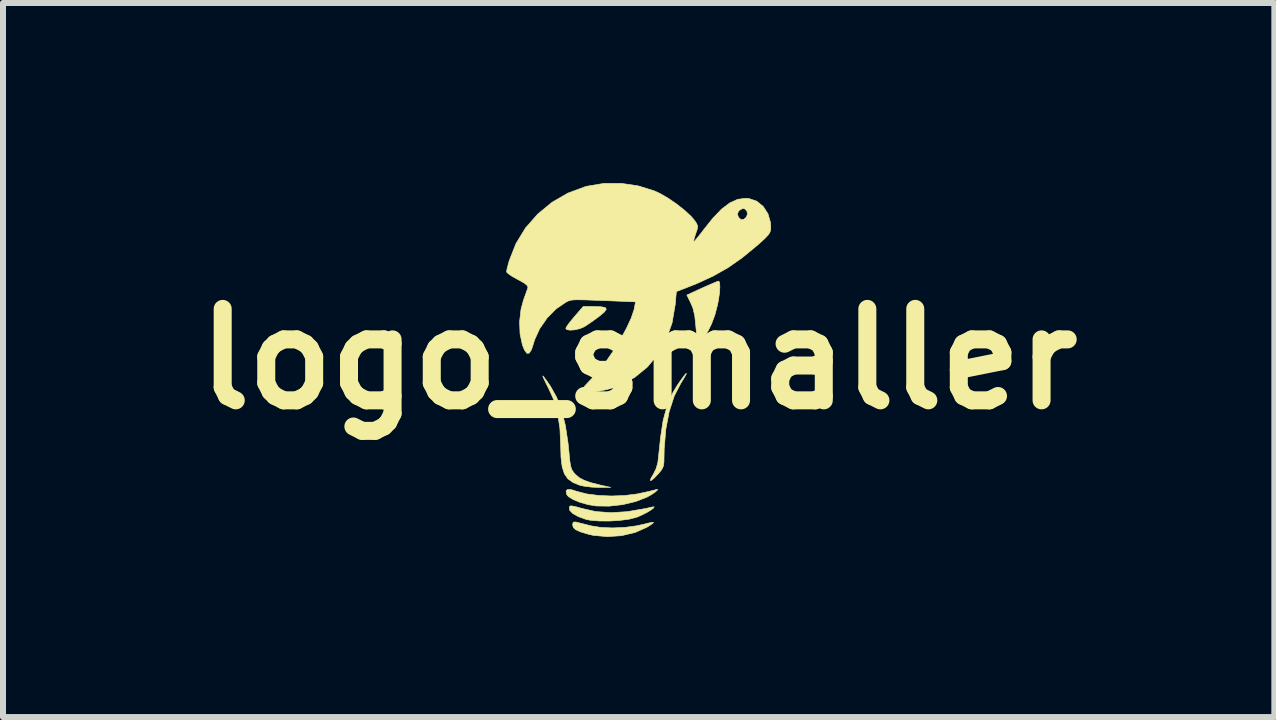
<source format=kicad_pcb>
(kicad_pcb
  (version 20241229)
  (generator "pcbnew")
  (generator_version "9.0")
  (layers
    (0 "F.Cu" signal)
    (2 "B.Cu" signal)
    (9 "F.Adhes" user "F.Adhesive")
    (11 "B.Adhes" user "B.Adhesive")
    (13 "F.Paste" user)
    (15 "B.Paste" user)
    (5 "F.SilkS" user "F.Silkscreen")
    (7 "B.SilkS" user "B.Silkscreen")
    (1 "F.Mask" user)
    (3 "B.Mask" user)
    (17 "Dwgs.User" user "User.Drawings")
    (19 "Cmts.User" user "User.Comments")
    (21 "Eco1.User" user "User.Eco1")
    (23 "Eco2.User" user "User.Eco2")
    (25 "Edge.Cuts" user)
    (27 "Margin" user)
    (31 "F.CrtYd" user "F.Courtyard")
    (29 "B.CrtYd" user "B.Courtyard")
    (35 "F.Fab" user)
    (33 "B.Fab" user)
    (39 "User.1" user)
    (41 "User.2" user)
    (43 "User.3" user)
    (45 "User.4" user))
  (footprint "logo_smaller"
    (layer "F.Cu")
    (at 7.591 2.931)
    (property "Reference" "logo_smaller" (at 0 0 0) (layer "F.SilkS") (effects (font (size 1.524 1.524) (thickness 0.3))))
    (attr through_hole)
    (fp_poly (pts (xy -0.751 -0.874) (xy -0.627 -0.87) (xy -0.557 -0.857) (xy -0.539 -0.829) (xy -0.57 -0.784) (xy -0.648 -0.718) (xy -0.655 -0.713) (xy -0.751 -0.642) (xy -0.845 -0.577) (xy -0.903 -0.539) (xy -0.978 -0.506) (xy -1.063 -0.486) (xy -1.141 -0.48) (xy -1.197 -0.489) (xy -1.214 -0.51) (xy -1.196 -0.545) (xy -1.15 -0.608) (xy -1.084 -0.689) (xy -1.068 -0.708) (xy -0.923 -0.875) (xy -0.751 -0.874)) (stroke (width 0.01) (type solid)) (fill yes) (layer "F.SilkS"))
    (fp_poly (pts (xy 1.349 -1.273) (xy 1.353 -1.203) (xy 1.347 -1.102) (xy 1.329 -0.98) (xy 1.314 -0.903) (xy 1.271 -0.737) (xy 1.215 -0.587) (xy 1.154 -0.461) (xy 1.09 -0.368) (xy 1.029 -0.317) (xy 1.001 -0.31) (xy 0.981 -0.338) (xy 0.964 -0.421) (xy 0.952 -0.551) (xy 0.935 -0.717) (xy 0.905 -0.845) (xy 0.87 -0.929) (xy 0.803 -1.065) (xy 1.057 -1.182) (xy 1.168 -1.231) (xy 1.258 -1.27) (xy 1.318 -1.294) (xy 1.333 -1.298) (xy 1.349 -1.273)) (stroke (width 0.01) (type solid)) (fill yes) (layer "F.SilkS"))
    (fp_poly (pts (xy -1.038 2.464) (xy -0.951 2.489) (xy -0.717 2.542) (xy -0.466 2.561) (xy -0.19 2.544) (xy 0.119 2.491) (xy 0.226 2.466) (xy 0.258 2.464) (xy 0.249 2.482) (xy 0.208 2.514) (xy 0.144 2.553) (xy 0.067 2.593) (xy -0.014 2.629) (xy -0.043 2.64) (xy -0.163 2.67) (xy -0.319 2.69) (xy -0.491 2.7) (xy -0.659 2.699) (xy -0.805 2.687) (xy -0.879 2.672) (xy -1.006 2.626) (xy -1.099 2.574) (xy -1.15 2.52) (xy -1.155 2.469) (xy -1.142 2.449) (xy -1.109 2.449) (xy -1.038 2.464)) (stroke (width 0.01) (type solid)) (fill yes) (layer "F.SilkS"))
    (fp_poly (pts (xy -1.037 2.719) (xy -0.977 2.734) (xy -0.884 2.757) (xy -0.79 2.781) (xy -0.63 2.807) (xy -0.436 2.815) (xy -0.231 2.806) (xy -0.034 2.78) (xy 0.083 2.754) (xy 0.169 2.733) (xy 0.229 2.722) (xy 0.248 2.722) (xy 0.232 2.741) (xy 0.18 2.777) (xy 0.136 2.804) (xy -0.06 2.891) (xy -0.285 2.944) (xy -0.522 2.96) (xy -0.754 2.939) (xy -0.841 2.919) (xy -0.968 2.881) (xy -1.048 2.845) (xy -1.089 2.807) (xy -1.101 2.761) (xy -1.09 2.719) (xy -1.047 2.716) (xy -1.037 2.719)) (stroke (width 0.01) (type solid)) (fill yes) (layer "F.SilkS"))
    (fp_poly (pts (xy 0.309 2.187) (xy 0.274 2.218) (xy 0.217 2.257) (xy 0.145 2.298) (xy 0.14 2.301) (xy -0.05 2.375) (xy -0.267 2.427) (xy -0.493 2.452) (xy -0.707 2.449) (xy -0.841 2.427) (xy -0.979 2.388) (xy -1.093 2.341) (xy -1.17 2.293) (xy -1.2 2.256) (xy -1.209 2.198) (xy -1.183 2.173) (xy -1.12 2.178) (xy -1.023 2.208) (xy -0.864 2.249) (xy -0.668 2.274) (xy -0.452 2.283) (xy -0.234 2.275) (xy -0.032 2.25) (xy -0.002 2.244) (xy 0.112 2.22) (xy 0.207 2.198) (xy 0.268 2.183) (xy 0.278 2.179) (xy 0.313 2.171) (xy 0.309 2.187)) (stroke (width 0.01) (type solid)) (fill yes) (layer "F.SilkS"))
    (fp_poly (pts (xy 0.792 0.252) (xy 0.765 0.302) (xy 0.718 0.379) (xy 0.705 0.399) (xy 0.593 0.616) (xy 0.508 0.877) (xy 0.452 1.174) (xy 0.425 1.5) (xy 0.423 1.615) (xy 0.421 1.72) (xy 0.41 1.79) (xy 0.382 1.846) (xy 0.332 1.908) (xy 0.321 1.919) (xy 0.251 1.992) (xy 0.206 2.026) (xy 0.192 2.021) (xy 0.211 1.976) (xy 0.239 1.931) (xy 0.288 1.835) (xy 0.319 1.729) (xy 0.321 1.713) (xy 0.33 1.632) (xy 0.343 1.515) (xy 0.357 1.381) (xy 0.364 1.312) (xy 0.408 1.022) (xy 0.476 0.774) (xy 0.573 0.556) (xy 0.64 0.445) (xy 0.702 0.354) (xy 0.755 0.282) (xy 0.788 0.242) (xy 0.793 0.238) (xy 0.792 0.252)) (stroke (width 0.01) (type solid)) (fill yes) (layer "F.SilkS"))
    (fp_poly (pts (xy -1.577 0.304) (xy -1.534 0.361) (xy -1.479 0.442) (xy -1.472 0.451) (xy -1.367 0.639) (xy -1.284 0.856) (xy -1.221 1.109) (xy -1.176 1.406) (xy -1.16 1.563) (xy -1.148 1.693) (xy -1.134 1.782) (xy -1.115 1.842) (xy -1.086 1.887) (xy -1.058 1.92) (xy -0.993 1.976) (xy -0.911 2.02) (xy -0.8 2.06) (xy -0.646 2.099) (xy -0.621 2.105) (xy -0.466 2.139) (xy -0.663 2.14) (xy -0.786 2.135) (xy -0.905 2.12) (xy -0.984 2.103) (xy -1.096 2.057) (xy -1.18 1.996) (xy -1.238 1.912) (xy -1.275 1.795) (xy -1.294 1.638) (xy -1.299 1.453) (xy -1.312 1.159) (xy -1.35 0.906) (xy -1.414 0.681) (xy -1.495 0.501) (xy -1.544 0.404) (xy -1.58 0.328) (xy -1.597 0.287) (xy -1.597 0.282) (xy -1.577 0.304)) (stroke (width 0.01) (type solid)) (fill yes) (layer "F.SilkS"))
    (fp_poly (pts (xy -0.006 -2.884) (xy 0.26 -2.801) (xy 0.358 -2.756) (xy 0.491 -2.679) (xy 0.632 -2.582) (xy 0.764 -2.478) (xy 0.871 -2.379) (xy 0.919 -2.324) (xy 0.965 -2.259) (xy 0.983 -2.212) (xy 0.975 -2.158) (xy 0.952 -2.092) (xy 0.927 -2.015) (xy 0.915 -1.964) (xy 0.916 -1.953) (xy 0.936 -1.97) (xy 0.981 -2.023) (xy 1.044 -2.102) (xy 1.08 -2.15) (xy 1.239 -2.349) (xy 1.305 -2.417) (xy 1.645 -2.417) (xy 1.663 -2.359) (xy 1.663 -2.359) (xy 1.71 -2.319) (xy 1.755 -2.329) (xy 1.79 -2.359) (xy 1.814 -2.412) (xy 1.802 -2.467) (xy 1.764 -2.503) (xy 1.73 -2.506) (xy 1.671 -2.473) (xy 1.645 -2.417) (xy 1.305 -2.417) (xy 1.383 -2.498) (xy 1.518 -2.6) (xy 1.647 -2.659) (xy 1.776 -2.677) (xy 1.837 -2.673) (xy 1.967 -2.629) (xy 2.076 -2.54) (xy 2.155 -2.417) (xy 2.197 -2.271) (xy 2.201 -2.203) (xy 2.199 -2.152) (xy 2.186 -2.108) (xy 2.155 -2.063) (xy 2.1 -2.005) (xy 2.012 -1.925) (xy 1.96 -1.88) (xy 1.72 -1.683) (xy 1.486 -1.52) (xy 1.24 -1.381) (xy 0.963 -1.254) (xy 0.829 -1.201) (xy 0.628 -1.123) (xy 0.609 -0.907) (xy 0.557 -0.603) (xy 0.46 -0.326) (xy 0.322 -0.078) (xy 0.145 0.134) (xy -0.068 0.308) (xy -0.312 0.439) (xy -0.409 0.475) (xy -0.525 0.508) (xy -0.647 0.533) (xy -0.764 0.551) (xy -0.863 0.558) (xy -0.932 0.554) (xy -0.96 0.538) (xy -0.96 0.537) (xy -0.941 0.503) (xy -0.89 0.441) (xy -0.818 0.364) (xy -0.795 0.341) (xy -0.671 0.205) (xy -0.543 0.041) (xy -0.417 -0.142) (xy -0.301 -0.331) (xy -0.201 -0.515) (xy -0.123 -0.684) (xy -0.076 -0.824) (xy -0.071 -0.851) (xy -0.052 -0.952) (xy -0.527 -0.971) (xy -0.723 -0.978) (xy -0.872 -0.984) (xy -0.98 -0.986) (xy -1.057 -0.986) (xy -1.11 -0.982) (xy -1.147 -0.975) (xy -1.178 -0.963) (xy -1.209 -0.948) (xy -1.216 -0.944) (xy -1.378 -0.833) (xy -1.526 -0.682) (xy -1.649 -0.505) (xy -1.734 -0.319) (xy -1.749 -0.269) (xy -1.786 -0.155) (xy -1.824 -0.097) (xy -1.863 -0.095) (xy -1.903 -0.15) (xy -1.936 -0.231) (xy -1.976 -0.415) (xy -1.984 -0.622) (xy -1.96 -0.829) (xy -1.921 -0.974) (xy -1.887 -1.07) (xy -1.859 -1.148) (xy -1.845 -1.187) (xy -1.853 -1.22) (xy -1.902 -1.262) (xy -1.998 -1.316) (xy -2.016 -1.325) (xy -2.106 -1.375) (xy -2.172 -1.42) (xy -2.201 -1.45) (xy -2.201 -1.453) (xy -2.194 -1.496) (xy -2.174 -1.574) (xy -2.156 -1.639) (xy -2.044 -1.923) (xy -1.885 -2.183) (xy -1.683 -2.413) (xy -1.446 -2.609) (xy -1.18 -2.763) (xy -0.889 -2.871) (xy -0.858 -2.879) (xy -0.579 -2.925) (xy -0.29 -2.926) (xy -0.006 -2.884)) (stroke (width 0.01) (type solid)) (fill yes) (layer "F.SilkS")))
  (gr_rect
    (start -3 -3)
    (end 18.182 8.897)
    (stroke (width 0.1) (type default))
    (fill no)
    (layer "Edge.Cuts")))
</source>
